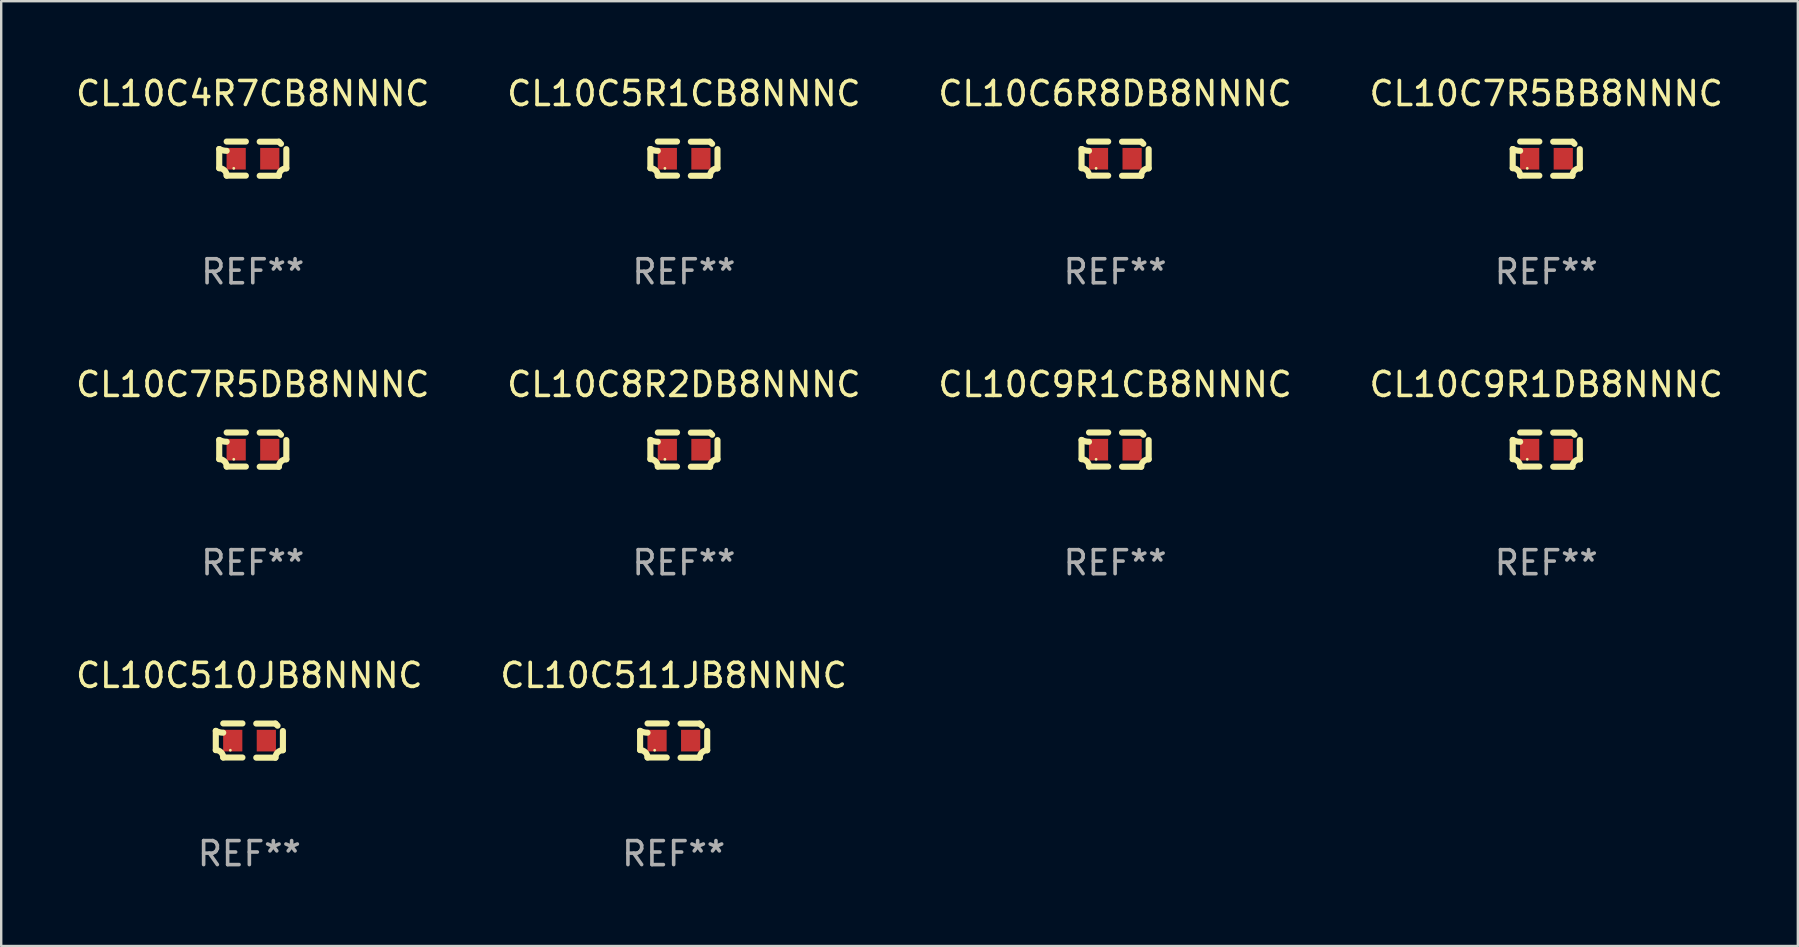
<source format=kicad_pcb>
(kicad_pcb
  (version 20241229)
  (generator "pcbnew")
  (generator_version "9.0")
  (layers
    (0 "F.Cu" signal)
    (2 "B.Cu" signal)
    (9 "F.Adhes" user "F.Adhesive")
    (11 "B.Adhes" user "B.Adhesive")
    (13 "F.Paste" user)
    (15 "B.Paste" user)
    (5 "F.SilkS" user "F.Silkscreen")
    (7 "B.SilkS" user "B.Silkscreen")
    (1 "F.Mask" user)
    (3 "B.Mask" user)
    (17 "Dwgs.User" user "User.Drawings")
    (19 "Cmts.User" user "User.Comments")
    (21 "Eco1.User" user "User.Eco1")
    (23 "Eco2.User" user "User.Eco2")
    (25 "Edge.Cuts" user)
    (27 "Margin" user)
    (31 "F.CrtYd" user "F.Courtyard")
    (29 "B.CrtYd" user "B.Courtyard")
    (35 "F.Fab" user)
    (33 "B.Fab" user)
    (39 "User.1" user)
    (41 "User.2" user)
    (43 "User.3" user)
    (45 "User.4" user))
  (footprint "CL10C4R7CB8NNNC"
    (layer "F.Cu")
    (at 7.482 3.561)
    (property "Reference" "CL10C4R7CB8NNNC" (at 0 -2.713 0) (layer "F.SilkS") (effects (font (size 1 1) (thickness 0.15))))
    (attr through_hole)
    (fp_line (start -1.398 -0.403) (end -1.398 0.397) (stroke (width 0.254) (type solid)) (layer "F.SilkS"))
    (fp_line (start -0.288 -0.713) (end -1.088 -0.713) (stroke (width 0.254) (type solid)) (layer "F.SilkS"))
    (fp_line (start -0.288 0.707) (end -1.088 0.707) (stroke (width 0.254) (type solid)) (layer "F.SilkS"))
    (fp_line (start 0.288 -0.707) (end 1.088 -0.707) (stroke (width 0.254) (type solid)) (layer "F.SilkS"))
    (fp_line (start 0.288 0.713) (end 1.088 0.713) (stroke (width 0.254) (type solid)) (layer "F.SilkS"))
    (fp_line (start 1.398 -0.397) (end 1.398 0.403) (stroke (width 0.254) (type solid)) (layer "F.SilkS"))
    (fp_arc (start -1.397789 0.397066) (mid -1.178701 0.487826) (end -1.08796 0.706922) (stroke (width 0.254001) (type solid)) (layer "F.SilkS"))
    (fp_arc (start -1.08796 -0.327176) (mid -1.247436 -0.346384) (end -1.39779 -0.402908) (stroke (width 0.254001) (type solid)) (layer "F.SilkS"))
    (fp_arc (start 1.087909 0.712738) (mid 1.178656 0.493655) (end 1.397739 0.402908) (stroke (width 0.254001) (type solid)) (layer "F.SilkS"))
    (fp_arc (start 1.175925 -0.618926) (mid 1.131917 -0.662923) (end 1.08791 -0.706922) (stroke (width 0.254001) (type solid)) (layer "F.SilkS"))
    (fp_circle (center -0.792 0.403) (end -0.762 0.403) (stroke (width 0.06) (type solid)) (fill no) (layer "F.SilkS"))
    (fp_text user "REF**" (at 0 4.713 0) (layer "F.Fab") (effects (font (size 1 1) (thickness 0.15))))
    (pad "1" smd rect (at -0.692 0.003) (size 0.8 0.9) (layers "F.Cu" "F.Mask" "F.Paste"))
    (pad "2" smd rect (at 0.708 0.003) (size 0.8 0.9) (layers "F.Cu" "F.Mask" "F.Paste")))
  (footprint "CL10C5R1CB8NNNC"
    (layer "F.Cu")
    (at 25.446 3.561)
    (property "Reference" "CL10C5R1CB8NNNC" (at 0 -2.713 0) (layer "F.SilkS") (effects (font (size 1 1) (thickness 0.15))))
    (attr through_hole)
    (fp_line (start -1.398 -0.403) (end -1.398 0.397) (stroke (width 0.254) (type solid)) (layer "F.SilkS"))
    (fp_line (start -0.288 -0.713) (end -1.088 -0.713) (stroke (width 0.254) (type solid)) (layer "F.SilkS"))
    (fp_line (start -0.288 0.707) (end -1.088 0.707) (stroke (width 0.254) (type solid)) (layer "F.SilkS"))
    (fp_line (start 0.288 -0.707) (end 1.088 -0.707) (stroke (width 0.254) (type solid)) (layer "F.SilkS"))
    (fp_line (start 0.288 0.713) (end 1.088 0.713) (stroke (width 0.254) (type solid)) (layer "F.SilkS"))
    (fp_line (start 1.398 -0.397) (end 1.398 0.403) (stroke (width 0.254) (type solid)) (layer "F.SilkS"))
    (fp_arc (start -1.397789 0.397066) (mid -1.178701 0.487826) (end -1.08796 0.706922) (stroke (width 0.254001) (type solid)) (layer "F.SilkS"))
    (fp_arc (start -1.08796 -0.327176) (mid -1.247436 -0.346384) (end -1.39779 -0.402908) (stroke (width 0.254001) (type solid)) (layer "F.SilkS"))
    (fp_arc (start 1.087909 0.712738) (mid 1.178656 0.493655) (end 1.397739 0.402908) (stroke (width 0.254001) (type solid)) (layer "F.SilkS"))
    (fp_arc (start 1.175925 -0.618926) (mid 1.131917 -0.662923) (end 1.08791 -0.706922) (stroke (width 0.254001) (type solid)) (layer "F.SilkS"))
    (fp_circle (center -0.792 0.403) (end -0.762 0.403) (stroke (width 0.06) (type solid)) (fill no) (layer "F.SilkS"))
    (fp_text user "REF**" (at 0 4.713 0) (layer "F.Fab") (effects (font (size 1 1) (thickness 0.15))))
    (pad "1" smd rect (at -0.692 0.003) (size 0.8 0.9) (layers "F.Cu" "F.Mask" "F.Paste"))
    (pad "2" smd rect (at 0.708 0.003) (size 0.8 0.9) (layers "F.Cu" "F.Mask" "F.Paste")))
  (footprint "CL10C7R5DB8NNNC"
    (layer "F.Cu")
    (at 7.482 15.683)
    (property "Reference" "CL10C7R5DB8NNNC" (at 0 -2.713 0) (layer "F.SilkS") (effects (font (size 1 1) (thickness 0.15))))
    (attr through_hole)
    (fp_line (start -1.398 -0.403) (end -1.398 0.397) (stroke (width 0.254) (type solid)) (layer "F.SilkS"))
    (fp_line (start -0.288 -0.713) (end -1.088 -0.713) (stroke (width 0.254) (type solid)) (layer "F.SilkS"))
    (fp_line (start -0.288 0.707) (end -1.088 0.707) (stroke (width 0.254) (type solid)) (layer "F.SilkS"))
    (fp_line (start 0.288 -0.707) (end 1.088 -0.707) (stroke (width 0.254) (type solid)) (layer "F.SilkS"))
    (fp_line (start 0.288 0.713) (end 1.088 0.713) (stroke (width 0.254) (type solid)) (layer "F.SilkS"))
    (fp_line (start 1.398 -0.397) (end 1.398 0.403) (stroke (width 0.254) (type solid)) (layer "F.SilkS"))
    (fp_arc (start -1.397789 0.397066) (mid -1.178701 0.487826) (end -1.08796 0.706922) (stroke (width 0.254001) (type solid)) (layer "F.SilkS"))
    (fp_arc (start -1.08796 -0.327176) (mid -1.247436 -0.346384) (end -1.39779 -0.402908) (stroke (width 0.254001) (type solid)) (layer "F.SilkS"))
    (fp_arc (start 1.087909 0.712738) (mid 1.178656 0.493655) (end 1.397739 0.402908) (stroke (width 0.254001) (type solid)) (layer "F.SilkS"))
    (fp_arc (start 1.175925 -0.618926) (mid 1.131917 -0.662923) (end 1.08791 -0.706922) (stroke (width 0.254001) (type solid)) (layer "F.SilkS"))
    (fp_circle (center -0.792 0.403) (end -0.762 0.403) (stroke (width 0.06) (type solid)) (fill no) (layer "F.SilkS"))
    (fp_text user "REF**" (at 0 4.713 0) (layer "F.Fab") (effects (font (size 1 1) (thickness 0.15))))
    (pad "1" smd rect (at -0.692 0.003) (size 0.8 0.9) (layers "F.Cu" "F.Mask" "F.Paste"))
    (pad "2" smd rect (at 0.708 0.003) (size 0.8 0.9) (layers "F.Cu" "F.Mask" "F.Paste")))
  (footprint "CL10C510JB8NNNC"
    (layer "F.Cu")
    (at 7.339 27.805)
    (property "Reference" "CL10C510JB8NNNC" (at 0 -2.713 0) (layer "F.SilkS") (effects (font (size 1 1) (thickness 0.15))))
    (attr through_hole)
    (fp_line (start -1.398 -0.403) (end -1.398 0.397) (stroke (width 0.254) (type solid)) (layer "F.SilkS"))
    (fp_line (start -0.288 -0.713) (end -1.088 -0.713) (stroke (width 0.254) (type solid)) (layer "F.SilkS"))
    (fp_line (start -0.288 0.707) (end -1.088 0.707) (stroke (width 0.254) (type solid)) (layer "F.SilkS"))
    (fp_line (start 0.288 -0.707) (end 1.088 -0.707) (stroke (width 0.254) (type solid)) (layer "F.SilkS"))
    (fp_line (start 0.288 0.713) (end 1.088 0.713) (stroke (width 0.254) (type solid)) (layer "F.SilkS"))
    (fp_line (start 1.398 -0.397) (end 1.398 0.403) (stroke (width 0.254) (type solid)) (layer "F.SilkS"))
    (fp_arc (start -1.397789 0.397066) (mid -1.178701 0.487826) (end -1.08796 0.706922) (stroke (width 0.254001) (type solid)) (layer "F.SilkS"))
    (fp_arc (start -1.08796 -0.327176) (mid -1.247436 -0.346384) (end -1.39779 -0.402908) (stroke (width 0.254001) (type solid)) (layer "F.SilkS"))
    (fp_arc (start 1.087909 0.712738) (mid 1.178656 0.493655) (end 1.397739 0.402908) (stroke (width 0.254001) (type solid)) (layer "F.SilkS"))
    (fp_arc (start 1.175925 -0.618926) (mid 1.131917 -0.662923) (end 1.08791 -0.706922) (stroke (width 0.254001) (type solid)) (layer "F.SilkS"))
    (fp_circle (center -0.792 0.403) (end -0.762 0.403) (stroke (width 0.06) (type solid)) (fill no) (layer "F.SilkS"))
    (fp_text user "REF**" (at 0 4.713 0) (layer "F.Fab") (effects (font (size 1 1) (thickness 0.15))))
    (pad "1" smd rect (at -0.692 0.003) (size 0.8 0.9) (layers "F.Cu" "F.Mask" "F.Paste"))
    (pad "2" smd rect (at 0.708 0.003) (size 0.8 0.9) (layers "F.Cu" "F.Mask" "F.Paste")))
  (footprint "CL10C9R1DB8NNNC"
    (layer "F.Cu")
    (at 61.375 15.683)
    (property "Reference" "CL10C9R1DB8NNNC" (at 0 -2.713 0) (layer "F.SilkS") (effects (font (size 1 1) (thickness 0.15))))
    (attr through_hole)
    (fp_line (start -1.398 -0.403) (end -1.398 0.397) (stroke (width 0.254) (type solid)) (layer "F.SilkS"))
    (fp_line (start -0.288 -0.713) (end -1.088 -0.713) (stroke (width 0.254) (type solid)) (layer "F.SilkS"))
    (fp_line (start -0.288 0.707) (end -1.088 0.707) (stroke (width 0.254) (type solid)) (layer "F.SilkS"))
    (fp_line (start 0.288 -0.707) (end 1.088 -0.707) (stroke (width 0.254) (type solid)) (layer "F.SilkS"))
    (fp_line (start 0.288 0.713) (end 1.088 0.713) (stroke (width 0.254) (type solid)) (layer "F.SilkS"))
    (fp_line (start 1.398 -0.397) (end 1.398 0.403) (stroke (width 0.254) (type solid)) (layer "F.SilkS"))
    (fp_arc (start -1.397789 0.397066) (mid -1.178701 0.487826) (end -1.08796 0.706922) (stroke (width 0.254001) (type solid)) (layer "F.SilkS"))
    (fp_arc (start -1.08796 -0.327176) (mid -1.247436 -0.346384) (end -1.39779 -0.402908) (stroke (width 0.254001) (type solid)) (layer "F.SilkS"))
    (fp_arc (start 1.087909 0.712738) (mid 1.178656 0.493655) (end 1.397739 0.402908) (stroke (width 0.254001) (type solid)) (layer "F.SilkS"))
    (fp_arc (start 1.175925 -0.618926) (mid 1.131917 -0.662923) (end 1.08791 -0.706922) (stroke (width 0.254001) (type solid)) (layer "F.SilkS"))
    (fp_circle (center -0.792 0.403) (end -0.762 0.403) (stroke (width 0.06) (type solid)) (fill no) (layer "F.SilkS"))
    (fp_text user "REF**" (at 0 4.713 0) (layer "F.Fab") (effects (font (size 1 1) (thickness 0.15))))
    (pad "1" smd rect (at -0.692 0.003) (size 0.8 0.9) (layers "F.Cu" "F.Mask" "F.Paste"))
    (pad "2" smd rect (at 0.708 0.003) (size 0.8 0.9) (layers "F.Cu" "F.Mask" "F.Paste")))
  (footprint "CL10C511JB8NNNC"
    (layer "F.Cu")
    (at 25.018 27.805)
    (property "Reference" "CL10C511JB8NNNC" (at 0 -2.713 0) (layer "F.SilkS") (effects (font (size 1 1) (thickness 0.15))))
    (attr through_hole)
    (fp_line (start -1.398 -0.403) (end -1.398 0.397) (stroke (width 0.254) (type solid)) (layer "F.SilkS"))
    (fp_line (start -0.288 -0.713) (end -1.088 -0.713) (stroke (width 0.254) (type solid)) (layer "F.SilkS"))
    (fp_line (start -0.288 0.707) (end -1.088 0.707) (stroke (width 0.254) (type solid)) (layer "F.SilkS"))
    (fp_line (start 0.288 -0.707) (end 1.088 -0.707) (stroke (width 0.254) (type solid)) (layer "F.SilkS"))
    (fp_line (start 0.288 0.713) (end 1.088 0.713) (stroke (width 0.254) (type solid)) (layer "F.SilkS"))
    (fp_line (start 1.398 -0.397) (end 1.398 0.403) (stroke (width 0.254) (type solid)) (layer "F.SilkS"))
    (fp_arc (start -1.397789 0.397066) (mid -1.178701 0.487826) (end -1.08796 0.706922) (stroke (width 0.254001) (type solid)) (layer "F.SilkS"))
    (fp_arc (start -1.08796 -0.327176) (mid -1.247436 -0.346384) (end -1.39779 -0.402908) (stroke (width 0.254001) (type solid)) (layer "F.SilkS"))
    (fp_arc (start 1.087909 0.712738) (mid 1.178656 0.493655) (end 1.397739 0.402908) (stroke (width 0.254001) (type solid)) (layer "F.SilkS"))
    (fp_arc (start 1.175925 -0.618926) (mid 1.131917 -0.662923) (end 1.08791 -0.706922) (stroke (width 0.254001) (type solid)) (layer "F.SilkS"))
    (fp_circle (center -0.792 0.403) (end -0.762 0.403) (stroke (width 0.06) (type solid)) (fill no) (layer "F.SilkS"))
    (fp_text user "REF**" (at 0 4.713 0) (layer "F.Fab") (effects (font (size 1 1) (thickness 0.15))))
    (pad "1" smd rect (at -0.692 0.003) (size 0.8 0.9) (layers "F.Cu" "F.Mask" "F.Paste"))
    (pad "2" smd rect (at 0.708 0.003) (size 0.8 0.9) (layers "F.Cu" "F.Mask" "F.Paste")))
  (footprint "CL10C9R1CB8NNNC"
    (layer "F.Cu")
    (at 43.411 15.683)
    (property "Reference" "CL10C9R1CB8NNNC" (at 0 -2.713 0) (layer "F.SilkS") (effects (font (size 1 1) (thickness 0.15))))
    (attr through_hole)
    (fp_line (start -1.398 -0.403) (end -1.398 0.397) (stroke (width 0.254) (type solid)) (layer "F.SilkS"))
    (fp_line (start -0.288 -0.713) (end -1.088 -0.713) (stroke (width 0.254) (type solid)) (layer "F.SilkS"))
    (fp_line (start -0.288 0.707) (end -1.088 0.707) (stroke (width 0.254) (type solid)) (layer "F.SilkS"))
    (fp_line (start 0.288 -0.707) (end 1.088 -0.707) (stroke (width 0.254) (type solid)) (layer "F.SilkS"))
    (fp_line (start 0.288 0.713) (end 1.088 0.713) (stroke (width 0.254) (type solid)) (layer "F.SilkS"))
    (fp_line (start 1.398 -0.397) (end 1.398 0.403) (stroke (width 0.254) (type solid)) (layer "F.SilkS"))
    (fp_arc (start -1.397789 0.397066) (mid -1.178701 0.487826) (end -1.08796 0.706922) (stroke (width 0.254001) (type solid)) (layer "F.SilkS"))
    (fp_arc (start -1.08796 -0.327176) (mid -1.247436 -0.346384) (end -1.39779 -0.402908) (stroke (width 0.254001) (type solid)) (layer "F.SilkS"))
    (fp_arc (start 1.087909 0.712738) (mid 1.178656 0.493655) (end 1.397739 0.402908) (stroke (width 0.254001) (type solid)) (layer "F.SilkS"))
    (fp_arc (start 1.175925 -0.618926) (mid 1.131917 -0.662923) (end 1.08791 -0.706922) (stroke (width 0.254001) (type solid)) (layer "F.SilkS"))
    (fp_circle (center -0.792 0.403) (end -0.762 0.403) (stroke (width 0.06) (type solid)) (fill no) (layer "F.SilkS"))
    (fp_text user "REF**" (at 0 4.713 0) (layer "F.Fab") (effects (font (size 1 1) (thickness 0.15))))
    (pad "1" smd rect (at -0.692 0.003) (size 0.8 0.9) (layers "F.Cu" "F.Mask" "F.Paste"))
    (pad "2" smd rect (at 0.708 0.003) (size 0.8 0.9) (layers "F.Cu" "F.Mask" "F.Paste")))
  (footprint "CL10C6R8DB8NNNC"
    (layer "F.Cu")
    (at 43.411 3.561)
    (property "Reference" "CL10C6R8DB8NNNC" (at 0 -2.713 0) (layer "F.SilkS") (effects (font (size 1 1) (thickness 0.15))))
    (attr through_hole)
    (fp_line (start -1.398 -0.403) (end -1.398 0.397) (stroke (width 0.254) (type solid)) (layer "F.SilkS"))
    (fp_line (start -0.288 -0.713) (end -1.088 -0.713) (stroke (width 0.254) (type solid)) (layer "F.SilkS"))
    (fp_line (start -0.288 0.707) (end -1.088 0.707) (stroke (width 0.254) (type solid)) (layer "F.SilkS"))
    (fp_line (start 0.288 -0.707) (end 1.088 -0.707) (stroke (width 0.254) (type solid)) (layer "F.SilkS"))
    (fp_line (start 0.288 0.713) (end 1.088 0.713) (stroke (width 0.254) (type solid)) (layer "F.SilkS"))
    (fp_line (start 1.398 -0.397) (end 1.398 0.403) (stroke (width 0.254) (type solid)) (layer "F.SilkS"))
    (fp_arc (start -1.397789 0.397066) (mid -1.178701 0.487826) (end -1.08796 0.706922) (stroke (width 0.254001) (type solid)) (layer "F.SilkS"))
    (fp_arc (start -1.08796 -0.327176) (mid -1.247436 -0.346384) (end -1.39779 -0.402908) (stroke (width 0.254001) (type solid)) (layer "F.SilkS"))
    (fp_arc (start 1.087909 0.712738) (mid 1.178656 0.493655) (end 1.397739 0.402908) (stroke (width 0.254001) (type solid)) (layer "F.SilkS"))
    (fp_arc (start 1.175925 -0.618926) (mid 1.131917 -0.662923) (end 1.08791 -0.706922) (stroke (width 0.254001) (type solid)) (layer "F.SilkS"))
    (fp_circle (center -0.792 0.403) (end -0.762 0.403) (stroke (width 0.06) (type solid)) (fill no) (layer "F.SilkS"))
    (fp_text user "REF**" (at 0 4.713 0) (layer "F.Fab") (effects (font (size 1 1) (thickness 0.15))))
    (pad "1" smd rect (at -0.692 0.003) (size 0.8 0.9) (layers "F.Cu" "F.Mask" "F.Paste"))
    (pad "2" smd rect (at 0.708 0.003) (size 0.8 0.9) (layers "F.Cu" "F.Mask" "F.Paste")))
  (footprint "CL10C7R5BB8NNNC"
    (layer "F.Cu")
    (at 61.375 3.561)
    (property "Reference" "CL10C7R5BB8NNNC" (at 0 -2.713 0) (layer "F.SilkS") (effects (font (size 1 1) (thickness 0.15))))
    (attr through_hole)
    (fp_line (start -1.398 -0.403) (end -1.398 0.397) (stroke (width 0.254) (type solid)) (layer "F.SilkS"))
    (fp_line (start -0.288 -0.713) (end -1.088 -0.713) (stroke (width 0.254) (type solid)) (layer "F.SilkS"))
    (fp_line (start -0.288 0.707) (end -1.088 0.707) (stroke (width 0.254) (type solid)) (layer "F.SilkS"))
    (fp_line (start 0.288 -0.707) (end 1.088 -0.707) (stroke (width 0.254) (type solid)) (layer "F.SilkS"))
    (fp_line (start 0.288 0.713) (end 1.088 0.713) (stroke (width 0.254) (type solid)) (layer "F.SilkS"))
    (fp_line (start 1.398 -0.397) (end 1.398 0.403) (stroke (width 0.254) (type solid)) (layer "F.SilkS"))
    (fp_arc (start -1.397789 0.397066) (mid -1.178701 0.487826) (end -1.08796 0.706922) (stroke (width 0.254001) (type solid)) (layer "F.SilkS"))
    (fp_arc (start -1.08796 -0.327176) (mid -1.247436 -0.346384) (end -1.39779 -0.402908) (stroke (width 0.254001) (type solid)) (layer "F.SilkS"))
    (fp_arc (start 1.087909 0.712738) (mid 1.178656 0.493655) (end 1.397739 0.402908) (stroke (width 0.254001) (type solid)) (layer "F.SilkS"))
    (fp_arc (start 1.175925 -0.618926) (mid 1.131917 -0.662923) (end 1.08791 -0.706922) (stroke (width 0.254001) (type solid)) (layer "F.SilkS"))
    (fp_circle (center -0.792 0.403) (end -0.762 0.403) (stroke (width 0.06) (type solid)) (fill no) (layer "F.SilkS"))
    (fp_text user "REF**" (at 0 4.713 0) (layer "F.Fab") (effects (font (size 1 1) (thickness 0.15))))
    (pad "1" smd rect (at -0.692 0.003) (size 0.8 0.9) (layers "F.Cu" "F.Mask" "F.Paste"))
    (pad "2" smd rect (at 0.708 0.003) (size 0.8 0.9) (layers "F.Cu" "F.Mask" "F.Paste")))
  (footprint "CL10C8R2DB8NNNC"
    (layer "F.Cu")
    (at 25.446 15.683)
    (property "Reference" "CL10C8R2DB8NNNC" (at 0 -2.713 0) (layer "F.SilkS") (effects (font (size 1 1) (thickness 0.15))))
    (attr through_hole)
    (fp_line (start -1.398 -0.403) (end -1.398 0.397) (stroke (width 0.254) (type solid)) (layer "F.SilkS"))
    (fp_line (start -0.288 -0.713) (end -1.088 -0.713) (stroke (width 0.254) (type solid)) (layer "F.SilkS"))
    (fp_line (start -0.288 0.707) (end -1.088 0.707) (stroke (width 0.254) (type solid)) (layer "F.SilkS"))
    (fp_line (start 0.288 -0.707) (end 1.088 -0.707) (stroke (width 0.254) (type solid)) (layer "F.SilkS"))
    (fp_line (start 0.288 0.713) (end 1.088 0.713) (stroke (width 0.254) (type solid)) (layer "F.SilkS"))
    (fp_line (start 1.398 -0.397) (end 1.398 0.403) (stroke (width 0.254) (type solid)) (layer "F.SilkS"))
    (fp_arc (start -1.397789 0.397066) (mid -1.178701 0.487826) (end -1.08796 0.706922) (stroke (width 0.254001) (type solid)) (layer "F.SilkS"))
    (fp_arc (start -1.08796 -0.327176) (mid -1.247436 -0.346384) (end -1.39779 -0.402908) (stroke (width 0.254001) (type solid)) (layer "F.SilkS"))
    (fp_arc (start 1.087909 0.712738) (mid 1.178656 0.493655) (end 1.397739 0.402908) (stroke (width 0.254001) (type solid)) (layer "F.SilkS"))
    (fp_arc (start 1.175925 -0.618926) (mid 1.131917 -0.662923) (end 1.08791 -0.706922) (stroke (width 0.254001) (type solid)) (layer "F.SilkS"))
    (fp_circle (center -0.792 0.403) (end -0.762 0.403) (stroke (width 0.06) (type solid)) (fill no) (layer "F.SilkS"))
    (fp_text user "REF**" (at 0 4.713 0) (layer "F.Fab") (effects (font (size 1 1) (thickness 0.15))))
    (pad "1" smd rect (at -0.692 0.003) (size 0.8 0.9) (layers "F.Cu" "F.Mask" "F.Paste"))
    (pad "2" smd rect (at 0.708 0.003) (size 0.8 0.9) (layers "F.Cu" "F.Mask" "F.Paste")))
  (gr_rect
    (start -3 -3)
    (end 71.857 36.366)
    (stroke (width 0.1) (type default))
    (fill no)
    (layer "Edge.Cuts")))
</source>
